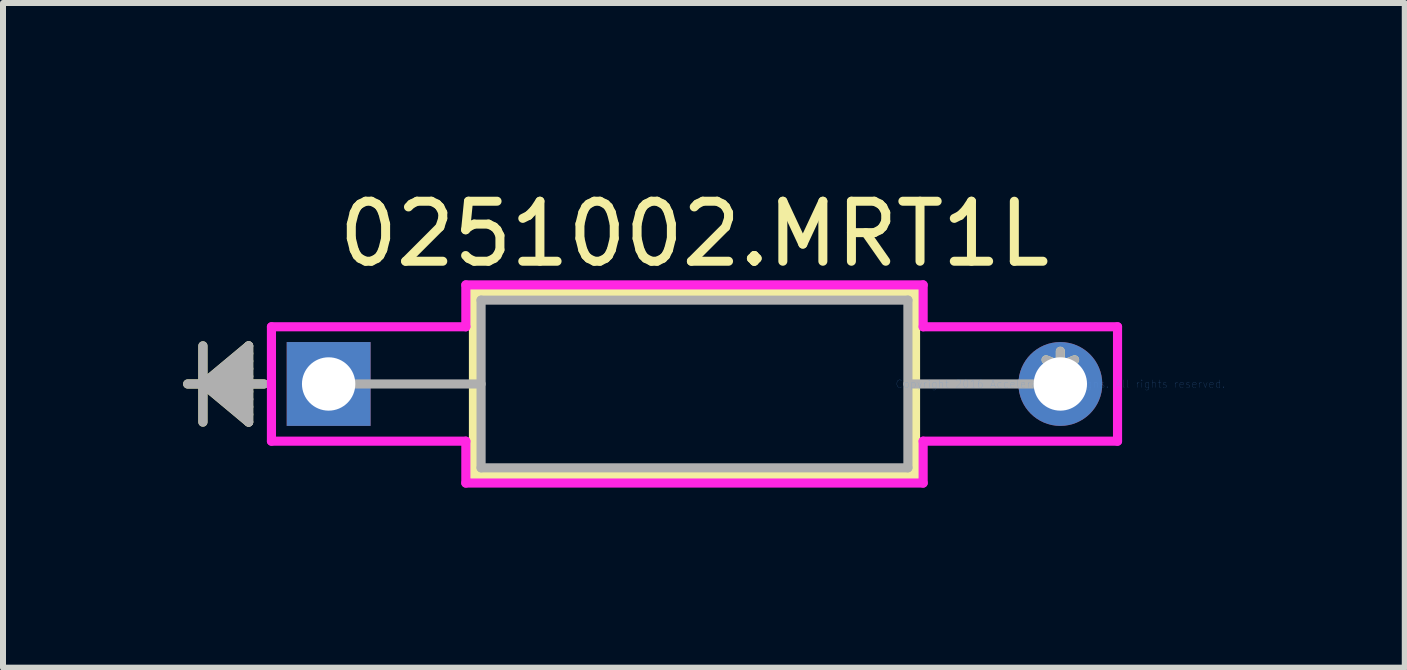
<source format=kicad_pcb>
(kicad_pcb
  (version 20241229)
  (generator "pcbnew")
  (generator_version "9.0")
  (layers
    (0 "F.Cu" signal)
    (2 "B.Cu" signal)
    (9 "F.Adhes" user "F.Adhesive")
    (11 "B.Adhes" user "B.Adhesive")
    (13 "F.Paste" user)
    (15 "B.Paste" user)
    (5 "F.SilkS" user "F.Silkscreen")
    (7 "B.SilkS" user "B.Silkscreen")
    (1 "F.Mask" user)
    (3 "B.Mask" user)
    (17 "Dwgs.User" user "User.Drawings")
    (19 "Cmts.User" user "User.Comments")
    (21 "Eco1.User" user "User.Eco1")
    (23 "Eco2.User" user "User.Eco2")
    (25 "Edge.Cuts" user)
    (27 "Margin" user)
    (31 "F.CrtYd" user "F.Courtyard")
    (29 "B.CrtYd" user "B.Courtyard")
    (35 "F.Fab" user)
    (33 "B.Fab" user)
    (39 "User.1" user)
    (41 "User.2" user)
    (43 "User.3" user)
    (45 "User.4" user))
  (footprint "0251002.MRT1L"
    (layer "F.Cu")
    (at 14.618 3.348)
    (property "Reference" "0251002.MRT1L" (at -6.1 -2.5 0) (layer "F.SilkS") (effects (font (size 1 1) (thickness 0.15))))
    (attr through_hole)
    (fp_line (start -14.287 -0.635) (end -14.287 0.635) (stroke (width 0.152) (type solid)) (layer "F.SilkS"))
    (fp_line (start -14.287 0) (end -13.525 -0.635) (stroke (width 0.152) (type solid)) (layer "F.SilkS"))
    (fp_line (start -14.287 0) (end -13.525 -0.508) (stroke (width 0.152) (type solid)) (layer "F.SilkS"))
    (fp_line (start -14.287 0) (end -13.525 -0.381) (stroke (width 0.152) (type solid)) (layer "F.SilkS"))
    (fp_line (start -14.287 0) (end -13.525 -0.254) (stroke (width 0.152) (type solid)) (layer "F.SilkS"))
    (fp_line (start -14.287 0) (end -13.525 -0.127) (stroke (width 0.152) (type solid)) (layer "F.SilkS"))
    (fp_line (start -14.287 0) (end -13.525 0.127) (stroke (width 0.152) (type solid)) (layer "F.SilkS"))
    (fp_line (start -14.287 0) (end -13.525 0.254) (stroke (width 0.152) (type solid)) (layer "F.SilkS"))
    (fp_line (start -14.287 0) (end -13.525 0.381) (stroke (width 0.152) (type solid)) (layer "F.SilkS"))
    (fp_line (start -14.287 0) (end -13.525 0.508) (stroke (width 0.152) (type solid)) (layer "F.SilkS"))
    (fp_line (start -14.287 0) (end -13.525 0.635) (stroke (width 0.152) (type solid)) (layer "F.SilkS"))
    (fp_line (start -13.525 -0.635) (end -13.525 0.635) (stroke (width 0.152) (type solid)) (layer "F.SilkS"))
    (fp_line (start -13.271 0) (end -14.541 0) (stroke (width 0.152) (type solid)) (layer "F.SilkS"))
    (fp_line (start -9.779 -1.524) (end -9.779 1.524) (stroke (width 0.152) (type solid)) (layer "F.SilkS"))
    (fp_line (start -9.779 1.524) (end -2.413 1.524) (stroke (width 0.152) (type solid)) (layer "F.SilkS"))
    (fp_line (start -2.413 -1.524) (end -9.779 -1.524) (stroke (width 0.152) (type solid)) (layer "F.SilkS"))
    (fp_line (start -2.413 1.524) (end -2.413 -1.524) (stroke (width 0.152) (type solid)) (layer "F.SilkS"))
    (fp_line (start -13.145 -0.953) (end -9.906 -0.953) (stroke (width 0.152) (type solid)) (layer "F.CrtYd"))
    (fp_line (start -13.145 0.953) (end -13.145 -0.953) (stroke (width 0.152) (type solid)) (layer "F.CrtYd"))
    (fp_line (start -9.906 -1.651) (end -2.286 -1.651) (stroke (width 0.152) (type solid)) (layer "F.CrtYd"))
    (fp_line (start -9.906 -0.953) (end -9.906 -1.651) (stroke (width 0.152) (type solid)) (layer "F.CrtYd"))
    (fp_line (start -9.906 0.953) (end -13.145 0.953) (stroke (width 0.152) (type solid)) (layer "F.CrtYd"))
    (fp_line (start -9.906 1.651) (end -9.906 0.953) (stroke (width 0.152) (type solid)) (layer "F.CrtYd"))
    (fp_line (start -2.286 -1.651) (end -2.286 -0.953) (stroke (width 0.152) (type solid)) (layer "F.CrtYd"))
    (fp_line (start -2.286 -0.953) (end 0.953 -0.953) (stroke (width 0.152) (type solid)) (layer "F.CrtYd"))
    (fp_line (start -2.286 0.953) (end -2.286 1.651) (stroke (width 0.152) (type solid)) (layer "F.CrtYd"))
    (fp_line (start -2.286 1.651) (end -9.906 1.651) (stroke (width 0.152) (type solid)) (layer "F.CrtYd"))
    (fp_line (start 0.953 -0.953) (end 0.953 0.953) (stroke (width 0.152) (type solid)) (layer "F.CrtYd"))
    (fp_line (start 0.953 0.953) (end -2.286 0.953) (stroke (width 0.152) (type solid)) (layer "F.CrtYd"))
    (fp_line (start -14.287 -0.635) (end -14.287 0.635) (stroke (width 0.152) (type solid)) (layer "F.Fab"))
    (fp_line (start -14.287 0) (end -13.525 -0.635) (stroke (width 0.152) (type solid)) (layer "F.Fab"))
    (fp_line (start -14.287 0) (end -13.525 -0.508) (stroke (width 0.152) (type solid)) (layer "F.Fab"))
    (fp_line (start -14.287 0) (end -13.525 -0.381) (stroke (width 0.152) (type solid)) (layer "F.Fab"))
    (fp_line (start -14.287 0) (end -13.525 -0.254) (stroke (width 0.152) (type solid)) (layer "F.Fab"))
    (fp_line (start -14.287 0) (end -13.525 -0.127) (stroke (width 0.152) (type solid)) (layer "F.Fab"))
    (fp_line (start -14.287 0) (end -13.525 0.127) (stroke (width 0.152) (type solid)) (layer "F.Fab"))
    (fp_line (start -14.287 0) (end -13.525 0.254) (stroke (width 0.152) (type solid)) (layer "F.Fab"))
    (fp_line (start -14.287 0) (end -13.525 0.381) (stroke (width 0.152) (type solid)) (layer "F.Fab"))
    (fp_line (start -14.287 0) (end -13.525 0.508) (stroke (width 0.152) (type solid)) (layer "F.Fab"))
    (fp_line (start -14.287 0) (end -13.525 0.635) (stroke (width 0.152) (type solid)) (layer "F.Fab"))
    (fp_line (start -13.525 -0.635) (end -13.525 0.635) (stroke (width 0.152) (type solid)) (layer "F.Fab"))
    (fp_line (start -13.271 0) (end -14.541 0) (stroke (width 0.152) (type solid)) (layer "F.Fab"))
    (fp_line (start -12.192 0) (end -9.652 0) (stroke (width 0.152) (type solid)) (layer "F.Fab"))
    (fp_line (start -9.652 -1.397) (end -9.652 1.397) (stroke (width 0.152) (type solid)) (layer "F.Fab"))
    (fp_line (start -9.652 1.397) (end -2.54 1.397) (stroke (width 0.152) (type solid)) (layer "F.Fab"))
    (fp_line (start -2.54 -1.397) (end -9.652 -1.397) (stroke (width 0.152) (type solid)) (layer "F.Fab"))
    (fp_line (start -2.54 1.397) (end -2.54 -1.397) (stroke (width 0.152) (type solid)) (layer "F.Fab"))
    (fp_line (start 0 0) (end -2.54 0) (stroke (width 0.152) (type solid)) (layer "F.Fab"))
    (fp_text user "*" (at 0 0 0) (layer "F.SilkS") (effects (font (size 1 1) (thickness 0.15))))
    (fp_text user "Copyright 2016 Accelerated Designs. All rights reserved." (at 0 0 0) (layer "Cmts.User") (effects (font (size 0.127 0.127) (thickness 0.002))))
    (fp_text user "*" (at 0 0 0) (layer "F.Fab") (effects (font (size 1 1) (thickness 0.15))))
    (pad "1" thru_hole rect (at -12.192 0) (size 1.397 1.397) (drill 0.889) (layers "*.Cu" "*.Mask"))
    (pad "2" thru_hole circle (at 0 0) (size 1.397 1.397) (drill 0.889) (layers "*.Cu" "*.Mask")))
  (gr_rect
    (start -3 -3)
    (end 20.357 8.075)
    (stroke (width 0.1) (type default))
    (fill no)
    (layer "Edge.Cuts")))
</source>
